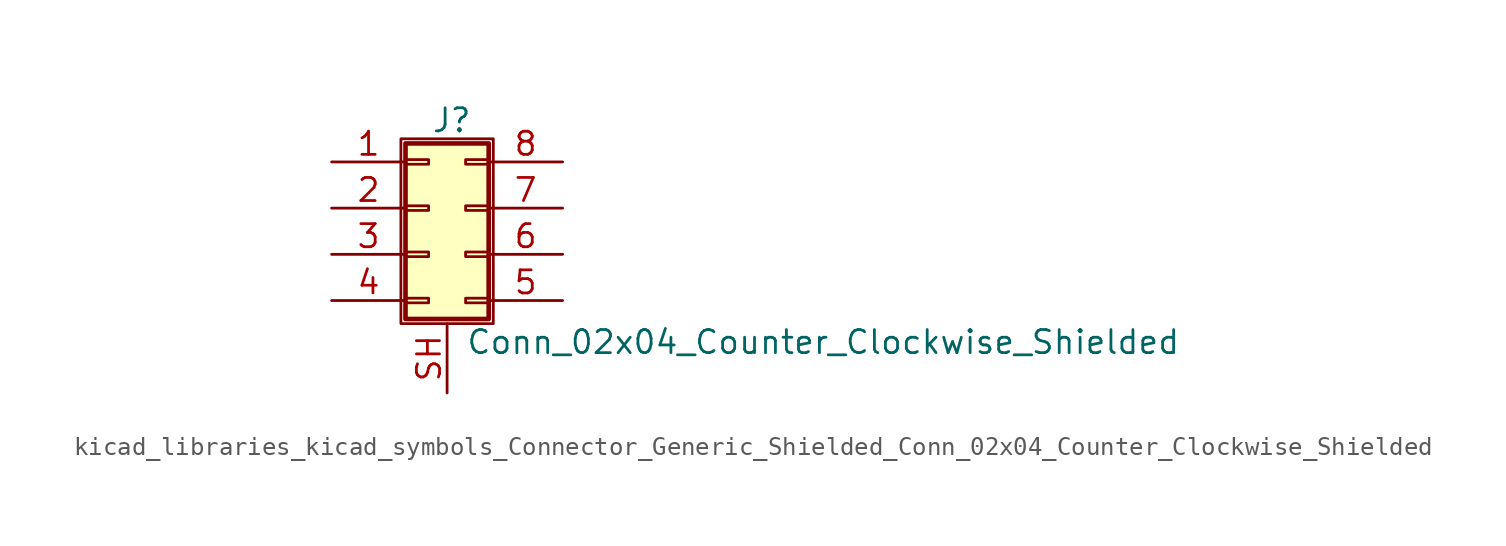
<source format=kicad_sym>
(kicad_symbol_lib
  (version 20220914)
  (generator kicad_symbol_editor)
  (symbol "kicad_libraries_kicad_symbols_Connector_Generic_Shielded_Conn_02x04_Counter_Clockwise_Shielded"
    (pin_names
      (offset 1.016) hide)
    (property "Reference" "J"
      (at 1.524 4.826 0)
      (effects (font (size 1.27 1.27))))
    (property "Value" "Conn_02x04_Counter_Clockwise_Shielded"
      (at 2.286 -7.366 0)
      (effects (font (size 1.27 1.27)) (justify left)))
    (symbol "kicad_libraries_kicad_symbols_Connector_Generic_Shielded_Conn_02x04_Counter_Clockwise_Shielded_1_1"
      (rectangle (start -1.27 3.81) (end 3.81 -6.35) (stroke (width 0.152) (type default)) (fill (type none)))
      (rectangle (start -1.016 -4.953) (end 0.254 -5.207) (stroke (width 0.152) (type default)) (fill (type none)))
      (rectangle (start -1.016 -2.413) (end 0.254 -2.667) (stroke (width 0.152) (type default)) (fill (type none)))
      (rectangle (start -1.016 0.127) (end 0.254 -0.127) (stroke (width 0.152) (type default)) (fill (type none)))
      (rectangle (start -1.016 2.667) (end 0.254 2.413) (stroke (width 0.152) (type default)) (fill (type none)))
      (rectangle (start -1.016 3.556) (end 3.556 -6.096) (stroke (width 0.254) (type default)) (fill (type background)))
      (rectangle (start 3.556 -4.953) (end 2.286 -5.207) (stroke (width 0.152) (type default)) (fill (type none)))
      (rectangle (start 3.556 -2.413) (end 2.286 -2.667) (stroke (width 0.152) (type default)) (fill (type none)))
      (rectangle (start 3.556 0.127) (end 2.286 -0.127) (stroke (width 0.152) (type default)) (fill (type none)))
      (rectangle (start 3.556 2.667) (end 2.286 2.413) (stroke (width 0.152) (type default)) (fill (type none)))
      (pin passive line (at -5.08 2.54 0) (length 4.064) (name "Pin_1" (effects (font (size 1.27 1.27)))) (number "1" (effects (font (size 1.27 1.27)))))
      (pin passive line (at -5.08 0 0) (length 4.064) (name "Pin_2" (effects (font (size 1.27 1.27)))) (number "2" (effects (font (size 1.27 1.27)))))
      (pin passive line (at -5.08 -2.54 0) (length 4.064) (name "Pin_3" (effects (font (size 1.27 1.27)))) (number "3" (effects (font (size 1.27 1.27)))))
      (pin passive line (at -5.08 -5.08 0) (length 4.064) (name "Pin_4" (effects (font (size 1.27 1.27)))) (number "4" (effects (font (size 1.27 1.27)))))
      (pin passive line (at 7.62 -5.08 180) (length 4.064) (name "Pin_5" (effects (font (size 1.27 1.27)))) (number "5" (effects (font (size 1.27 1.27)))))
      (pin passive line (at 7.62 -2.54 180) (length 4.064) (name "Pin_6" (effects (font (size 1.27 1.27)))) (number "6" (effects (font (size 1.27 1.27)))))
      (pin passive line (at 7.62 0 180) (length 4.064) (name "Pin_7" (effects (font (size 1.27 1.27)))) (number "7" (effects (font (size 1.27 1.27)))))
      (pin passive line (at 7.62 2.54 180) (length 4.064) (name "Pin_8" (effects (font (size 1.27 1.27)))) (number "8" (effects (font (size 1.27 1.27)))))
      (pin passive line (at 1.27 -10.16 90) (length 3.81) (name "Shield" (effects (font (size 1.27 1.27)))) (number "SH" (effects (font (size 1.27 1.27))))))))
</source>
